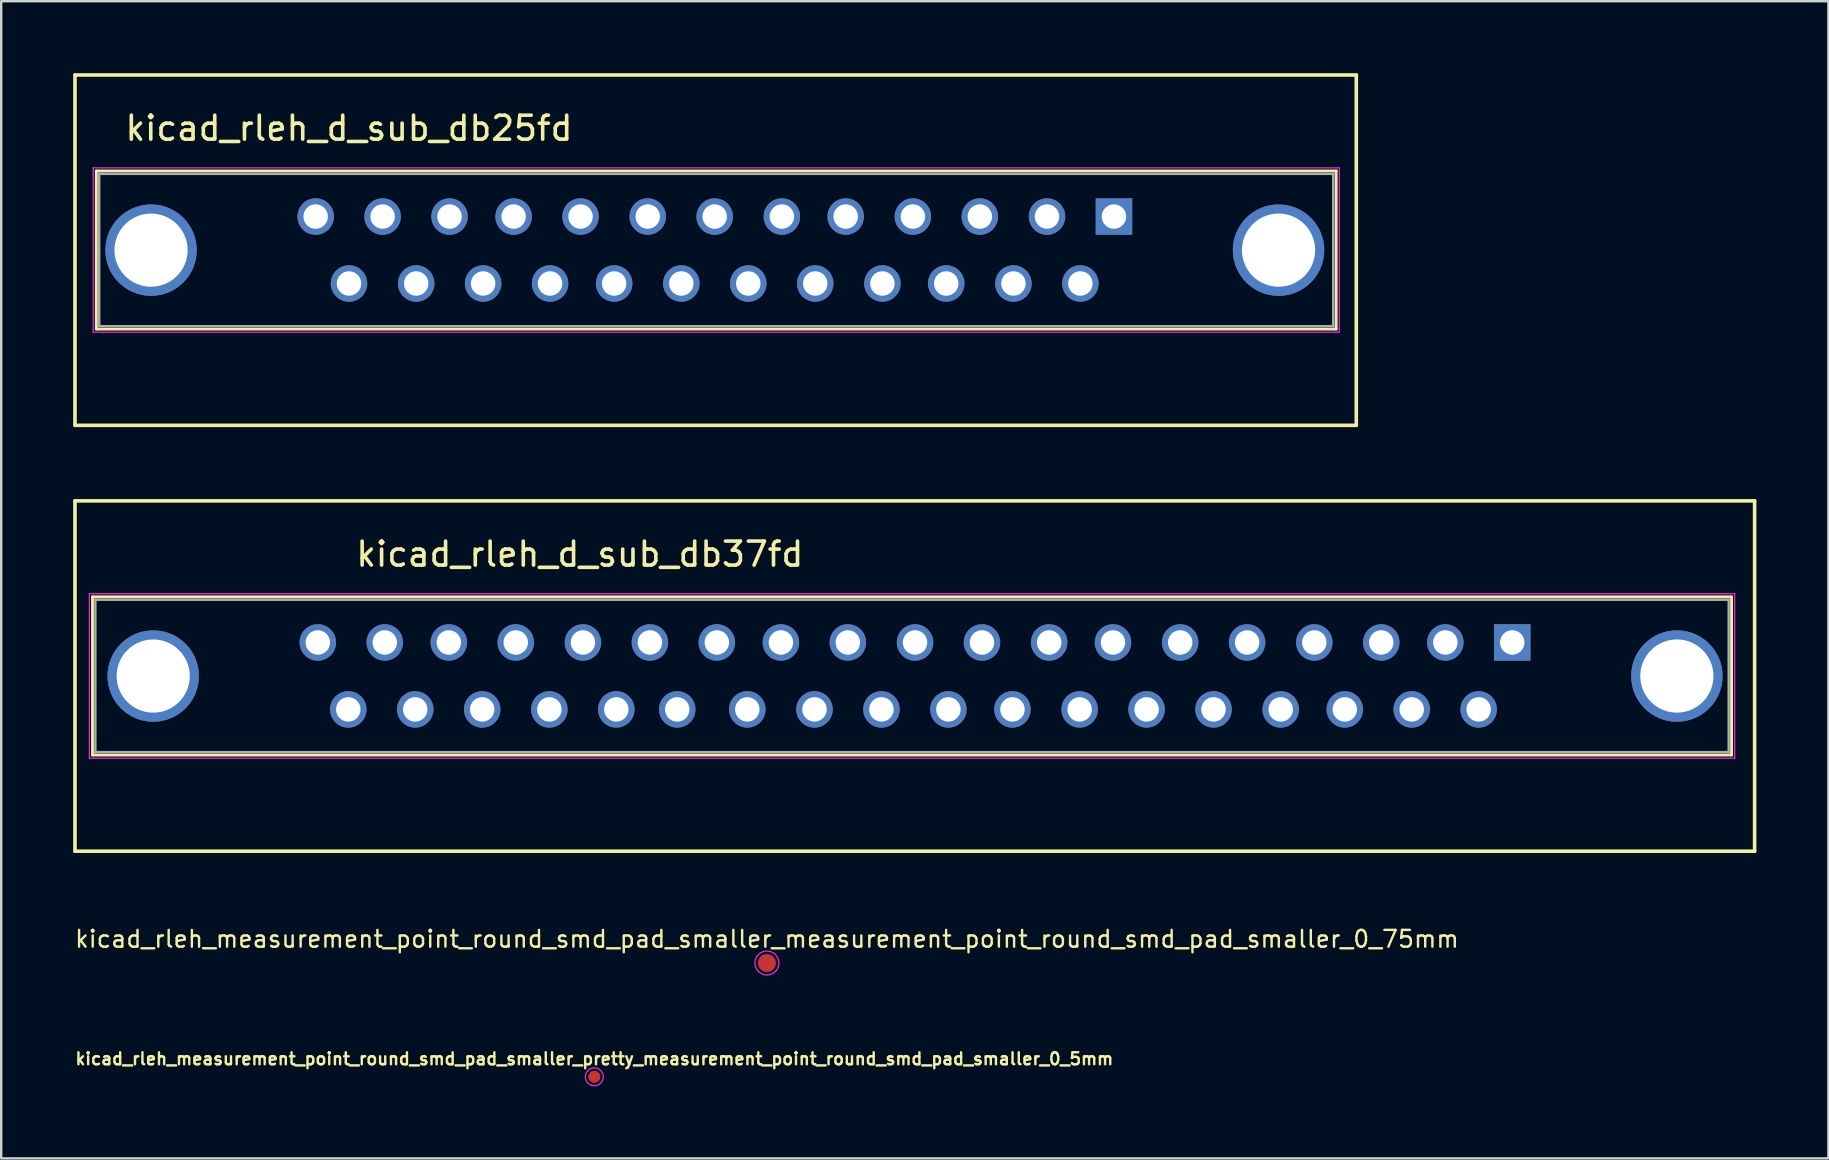
<source format=kicad_pcb>
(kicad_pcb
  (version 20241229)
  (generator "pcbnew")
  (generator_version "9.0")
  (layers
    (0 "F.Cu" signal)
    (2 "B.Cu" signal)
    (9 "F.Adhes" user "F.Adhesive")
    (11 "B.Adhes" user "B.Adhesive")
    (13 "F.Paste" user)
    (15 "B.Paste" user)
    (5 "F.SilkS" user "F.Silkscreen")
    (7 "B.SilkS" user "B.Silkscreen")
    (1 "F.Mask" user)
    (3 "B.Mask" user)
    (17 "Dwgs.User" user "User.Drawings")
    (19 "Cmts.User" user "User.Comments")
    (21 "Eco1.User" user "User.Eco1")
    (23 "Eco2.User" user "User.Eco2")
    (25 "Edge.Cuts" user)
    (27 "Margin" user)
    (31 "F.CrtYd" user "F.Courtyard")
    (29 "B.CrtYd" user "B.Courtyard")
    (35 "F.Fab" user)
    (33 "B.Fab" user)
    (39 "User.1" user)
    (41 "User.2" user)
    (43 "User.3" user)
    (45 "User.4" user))
  (footprint "kicad_rleh_d_sub_db25fd"
    (layer "F.Cu")
    (at 43.375 5.975)
    (property "Reference" "kicad_rleh_d_sub_db25fd" (at -31.88 -3.68 180) (layer "F.SilkS") (effects (font (size 1 1) (thickness 0.15))))
    (attr through_hole)
    (fp_line (start -43.3 -5.9) (end 10.1 -5.9) (stroke (width 0.15) (type solid)) (layer "F.SilkS"))
    (fp_line (start -43.3 8.7) (end -43.3 -5.9) (stroke (width 0.15) (type solid)) (layer "F.SilkS"))
    (fp_line (start -42.41 -1.9) (end -42.41 4.69) (stroke (width 0.12) (type solid)) (layer "F.SilkS"))
    (fp_line (start -42.41 -1.9) (end 9.26 -1.9) (stroke (width 0.12) (type solid)) (layer "F.SilkS"))
    (fp_line (start 9.26 4.69) (end -42.41 4.69) (stroke (width 0.12) (type solid)) (layer "F.SilkS"))
    (fp_line (start 9.26 4.69) (end 9.26 -1.9) (stroke (width 0.12) (type solid)) (layer "F.SilkS"))
    (fp_line (start 10.1 -5.9) (end 10.1 8.7) (stroke (width 0.15) (type solid)) (layer "F.SilkS"))
    (fp_line (start 10.1 8.7) (end -43.3 8.7) (stroke (width 0.15) (type solid)) (layer "F.SilkS"))
    (fp_line (start -42.54 -2.03) (end -42.54 4.82) (stroke (width 0.05) (type solid)) (layer "F.CrtYd"))
    (fp_line (start -42.54 -2.03) (end 9.39 -2.03) (stroke (width 0.05) (type solid)) (layer "F.CrtYd"))
    (fp_line (start 9.39 4.82) (end -42.54 4.82) (stroke (width 0.05) (type solid)) (layer "F.CrtYd"))
    (fp_line (start 9.39 4.82) (end 9.39 -2.03) (stroke (width 0.05) (type solid)) (layer "F.CrtYd"))
    (fp_line (start -42.29 -1.78) (end -42.29 -1.78) (stroke (width 0.1) (type solid)) (layer "F.Fab"))
    (fp_line (start -42.29 -1.78) (end -42.29 4.57) (stroke (width 0.1) (type solid)) (layer "F.Fab"))
    (fp_line (start -42.29 4.57) (end 9.14 4.57) (stroke (width 0.1) (type solid)) (layer "F.Fab"))
    (fp_line (start -42.16 -1.78) (end -42.29 -1.78) (stroke (width 0.1) (type solid)) (layer "F.Fab"))
    (fp_line (start 9.14 -1.78) (end -42.16 -1.78) (stroke (width 0.1) (type solid)) (layer "F.Fab"))
    (fp_line (start 9.14 4.57) (end 9.14 -1.78) (stroke (width 0.1) (type solid)) (layer "F.Fab"))
    (pad "0" thru_hole circle (at -40.13 1.4) (size 3.81 3.81) (drill 3.05) (layers "*.Cu" "*.Mask"))
    (pad "0" thru_hole circle (at 6.86 1.4) (size 3.81 3.81) (drill 3.05) (layers "*.Cu" "*.Mask"))
    (pad "1" thru_hole rect (at 0 0) (size 1.52 1.52) (drill 1.02) (layers "*.Cu" "*.Mask"))
    (pad "2" thru_hole circle (at -2.79 0) (size 1.52 1.52) (drill 1.02) (layers "*.Cu" "*.Mask"))
    (pad "3" thru_hole circle (at -5.59 0) (size 1.52 1.52) (drill 1.02) (layers "*.Cu" "*.Mask"))
    (pad "4" thru_hole circle (at -8.38 0) (size 1.52 1.52) (drill 1.02) (layers "*.Cu" "*.Mask"))
    (pad "5" thru_hole circle (at -11.18 0) (size 1.52 1.52) (drill 1.02) (layers "*.Cu" "*.Mask"))
    (pad "6" thru_hole circle (at -13.84 0) (size 1.52 1.52) (drill 1.02) (layers "*.Cu" "*.Mask"))
    (pad "7" thru_hole circle (at -16.64 0) (size 1.52 1.52) (drill 1.02) (layers "*.Cu" "*.Mask"))
    (pad "8" thru_hole circle (at -19.43 0) (size 1.52 1.52) (drill 1.02) (layers "*.Cu" "*.Mask"))
    (pad "9" thru_hole circle (at -22.23 0) (size 1.52 1.52) (drill 1.02) (layers "*.Cu" "*.Mask"))
    (pad "10" thru_hole circle (at -25.02 0) (size 1.52 1.52) (drill 1.02) (layers "*.Cu" "*.Mask"))
    (pad "11" thru_hole circle (at -27.69 0) (size 1.52 1.52) (drill 1.02) (layers "*.Cu" "*.Mask"))
    (pad "12" thru_hole circle (at -30.48 0) (size 1.52 1.52) (drill 1.02) (layers "*.Cu" "*.Mask"))
    (pad "13" thru_hole circle (at -33.27 0) (size 1.52 1.52) (drill 1.02) (layers "*.Cu" "*.Mask"))
    (pad "14" thru_hole circle (at -1.4 2.79) (size 1.52 1.52) (drill 1.02) (layers "*.Cu" "*.Mask"))
    (pad "15" thru_hole circle (at -4.19 2.79) (size 1.52 1.52) (drill 1.02) (layers "*.Cu" "*.Mask"))
    (pad "16" thru_hole circle (at -6.99 2.79) (size 1.52 1.52) (drill 1.02) (layers "*.Cu" "*.Mask"))
    (pad "17" thru_hole circle (at -9.65 2.79) (size 1.52 1.52) (drill 1.02) (layers "*.Cu" "*.Mask"))
    (pad "18" thru_hole circle (at -12.45 2.79) (size 1.52 1.52) (drill 1.02) (layers "*.Cu" "*.Mask"))
    (pad "19" thru_hole circle (at -15.24 2.79) (size 1.52 1.52) (drill 1.02) (layers "*.Cu" "*.Mask"))
    (pad "20" thru_hole circle (at -18.03 2.79) (size 1.52 1.52) (drill 1.02) (layers "*.Cu" "*.Mask"))
    (pad "21" thru_hole circle (at -20.83 2.79) (size 1.52 1.52) (drill 1.02) (layers "*.Cu" "*.Mask"))
    (pad "22" thru_hole circle (at -23.5 2.79) (size 1.52 1.52) (drill 1.02) (layers "*.Cu" "*.Mask"))
    (pad "23" thru_hole circle (at -26.29 2.79) (size 1.52 1.52) (drill 1.02) (layers "*.Cu" "*.Mask"))
    (pad "24" thru_hole circle (at -29.08 2.79) (size 1.52 1.52) (drill 1.02) (layers "*.Cu" "*.Mask"))
    (pad "25" thru_hole circle (at -31.88 2.79) (size 1.52 1.52) (drill 1.02) (layers "*.Cu" "*.Mask")))
  (footprint "kicad_rleh_measurement_point_round_smd_pad_smaller_pretty_measurement_point_round_smd_pad_smaller_0_5mm"
    (layer "F.Cu")
    (at 21.719 41.828)
    (property "Reference" "kicad_rleh_measurement_point_round_smd_pad_smaller_pretty_measurement_point_round_smd_pad_smaller_0_5mm" (at 0 -0.75 0) (layer "F.SilkS") (effects (font (size 0.5 0.5) (thickness 0.1))))
    (attr exclude_from_pos_files exclude_from_bom)
    (fp_circle (center 0 0) (end 0.375 0) (stroke (width 0.05) (type solid)) (fill no) (layer "F.CrtYd"))
    (pad "1" smd circle (at 0 0) (size 0.5 0.5) (layers "F.Cu" "F.Mask")))
  (footprint "kicad_rleh_measurement_point_round_smd_pad_smaller_measurement_point_round_smd_pad_smaller_0_75mm"
    (layer "F.Cu")
    (at 28.913 37.085)
    (property "Reference" "kicad_rleh_measurement_point_round_smd_pad_smaller_measurement_point_round_smd_pad_smaller_0_75mm" (at 0 -1 0) (layer "F.SilkS") (effects (font (size 0.7 0.7) (thickness 0.1))))
    (attr exclude_from_pos_files exclude_from_bom)
    (fp_circle (center 0 0) (end 0.5 0) (stroke (width 0.05) (type solid)) (fill no) (layer "F.CrtYd"))
    (pad "1" smd circle (at 0 0) (size 0.75 0.75) (layers "F.Cu" "F.Mask")))
  (footprint "kicad_rleh_d_sub_db37fd"
    (layer "F.Cu")
    (at 59.975 23.725)
    (property "Reference" "kicad_rleh_d_sub_db37fd" (at -38.86 -3.68 0) (layer "F.SilkS") (effects (font (size 1 1) (thickness 0.15))))
    (attr through_hole)
    (fp_line (start -59.9 -5.9) (end 10.1 -5.9) (stroke (width 0.15) (type solid)) (layer "F.SilkS"))
    (fp_line (start -59.9 8.7) (end -59.9 -5.9) (stroke (width 0.15) (type solid)) (layer "F.SilkS"))
    (fp_line (start -59.17 -1.9) (end -59.17 4.69) (stroke (width 0.12) (type solid)) (layer "F.SilkS"))
    (fp_line (start -59.17 -1.9) (end 9.14 -1.9) (stroke (width 0.12) (type solid)) (layer "F.SilkS"))
    (fp_line (start 9.14 4.69) (end -59.17 4.69) (stroke (width 0.12) (type solid)) (layer "F.SilkS"))
    (fp_line (start 9.14 4.69) (end 9.14 -1.9) (stroke (width 0.12) (type solid)) (layer "F.SilkS"))
    (fp_line (start 10.1 -5.9) (end 10.1 8.7) (stroke (width 0.15) (type solid)) (layer "F.SilkS"))
    (fp_line (start 10.1 8.7) (end -59.9 8.7) (stroke (width 0.15) (type solid)) (layer "F.SilkS"))
    (fp_line (start -59.3 -2.03) (end -59.3 4.82) (stroke (width 0.05) (type solid)) (layer "F.CrtYd"))
    (fp_line (start -59.3 -2.03) (end 9.27 -2.03) (stroke (width 0.05) (type solid)) (layer "F.CrtYd"))
    (fp_line (start 9.27 4.82) (end -59.3 4.82) (stroke (width 0.05) (type solid)) (layer "F.CrtYd"))
    (fp_line (start 9.27 4.82) (end 9.27 -2.03) (stroke (width 0.05) (type solid)) (layer "F.CrtYd"))
    (fp_line (start -59.05 -1.78) (end -59.05 4.57) (stroke (width 0.1) (type solid)) (layer "F.Fab"))
    (fp_line (start -59.05 4.57) (end 9.02 4.57) (stroke (width 0.1) (type solid)) (layer "F.Fab"))
    (fp_line (start 9.02 -1.78) (end -59.05 -1.78) (stroke (width 0.1) (type solid)) (layer "F.Fab"))
    (fp_line (start 9.02 4.57) (end 9.02 -1.78) (stroke (width 0.1) (type solid)) (layer "F.Fab"))
    (pad "" thru_hole circle (at -56.64 1.4) (size 3.81 3.81) (drill 3.05) (layers "*.Cu" "*.Mask"))
    (pad "" thru_hole circle (at 6.86 1.4) (size 3.81 3.81) (drill 3.05) (layers "*.Cu" "*.Mask"))
    (pad "1" thru_hole rect (at 0 0) (size 1.52 1.52) (drill 1.02) (layers "*.Cu" "*.Mask"))
    (pad "2" thru_hole circle (at -2.79 0) (size 1.52 1.52) (drill 1.02) (layers "*.Cu" "*.Mask"))
    (pad "3" thru_hole circle (at -5.46 0) (size 1.52 1.52) (drill 1.02) (layers "*.Cu" "*.Mask"))
    (pad "4" thru_hole circle (at -8.25 0) (size 1.52 1.52) (drill 1.02) (layers "*.Cu" "*.Mask"))
    (pad "5" thru_hole circle (at -11.05 0) (size 1.52 1.52) (drill 1.02) (layers "*.Cu" "*.Mask"))
    (pad "6" thru_hole circle (at -13.84 0) (size 1.52 1.52) (drill 1.02) (layers "*.Cu" "*.Mask"))
    (pad "7" thru_hole circle (at -16.64 0) (size 1.52 1.52) (drill 1.02) (layers "*.Cu" "*.Mask"))
    (pad "8" thru_hole circle (at -19.3 0) (size 1.52 1.52) (drill 1.02) (layers "*.Cu" "*.Mask"))
    (pad "9" thru_hole circle (at -22.1 0) (size 1.52 1.52) (drill 1.02) (layers "*.Cu" "*.Mask"))
    (pad "10" thru_hole circle (at -24.89 0) (size 1.52 1.52) (drill 1.02) (layers "*.Cu" "*.Mask"))
    (pad "11" thru_hole circle (at -27.69 0) (size 1.52 1.52) (drill 1.02) (layers "*.Cu" "*.Mask"))
    (pad "12" thru_hole circle (at -30.48 0) (size 1.52 1.52) (drill 1.02) (layers "*.Cu" "*.Mask"))
    (pad "13" thru_hole circle (at -33.15 0) (size 1.52 1.52) (drill 1.02) (layers "*.Cu" "*.Mask"))
    (pad "14" thru_hole circle (at -35.94 0) (size 1.52 1.52) (drill 1.02) (layers "*.Cu" "*.Mask"))
    (pad "15" thru_hole circle (at -38.73 0) (size 1.52 1.52) (drill 1.02) (layers "*.Cu" "*.Mask"))
    (pad "16" thru_hole circle (at -41.53 0) (size 1.52 1.52) (drill 1.02) (layers "*.Cu" "*.Mask"))
    (pad "17" thru_hole circle (at -44.32 0) (size 1.52 1.52) (drill 1.02) (layers "*.Cu" "*.Mask"))
    (pad "18" thru_hole circle (at -46.99 0) (size 1.52 1.52) (drill 1.02) (layers "*.Cu" "*.Mask"))
    (pad "19" thru_hole circle (at -49.78 0) (size 1.52 1.52) (drill 1.02) (layers "*.Cu" "*.Mask"))
    (pad "20" thru_hole circle (at -1.4 2.79) (size 1.52 1.52) (drill 1.02) (layers "*.Cu" "*.Mask"))
    (pad "21" thru_hole circle (at -4.19 2.79) (size 1.52 1.52) (drill 1.02) (layers "*.Cu" "*.Mask"))
    (pad "22" thru_hole circle (at -6.98 2.79) (size 1.52 1.52) (drill 1.02) (layers "*.Cu" "*.Mask"))
    (pad "23" thru_hole circle (at -9.65 2.79) (size 1.52 1.52) (drill 1.02) (layers "*.Cu" "*.Mask"))
    (pad "24" thru_hole circle (at -12.45 2.79) (size 1.52 1.52) (drill 1.02) (layers "*.Cu" "*.Mask"))
    (pad "25" thru_hole circle (at -15.24 2.79) (size 1.52 1.52) (drill 1.02) (layers "*.Cu" "*.Mask"))
    (pad "26" thru_hole circle (at -18.03 2.79) (size 1.52 1.52) (drill 1.02) (layers "*.Cu" "*.Mask"))
    (pad "27" thru_hole circle (at -20.83 2.79) (size 1.52 1.52) (drill 1.02) (layers "*.Cu" "*.Mask"))
    (pad "28" thru_hole circle (at -23.5 2.79) (size 1.52 1.52) (drill 1.02) (layers "*.Cu" "*.Mask"))
    (pad "29" thru_hole circle (at -26.29 2.79) (size 1.52 1.52) (drill 1.02) (layers "*.Cu" "*.Mask"))
    (pad "30" thru_hole circle (at -29.08 2.79) (size 1.52 1.52) (drill 1.02) (layers "*.Cu" "*.Mask"))
    (pad "31" thru_hole circle (at -31.88 2.79) (size 1.52 1.52) (drill 1.02) (layers "*.Cu" "*.Mask"))
    (pad "32" thru_hole circle (at -34.8 2.79) (size 1.52 1.52) (drill 1.02) (layers "*.Cu" "*.Mask"))
    (pad "33" thru_hole circle (at -37.34 2.79) (size 1.52 1.52) (drill 1.02) (layers "*.Cu" "*.Mask"))
    (pad "34" thru_hole circle (at -40.13 2.79) (size 1.52 1.52) (drill 1.02) (layers "*.Cu" "*.Mask"))
    (pad "35" thru_hole circle (at -42.93 2.79) (size 1.52 1.52) (drill 1.02) (layers "*.Cu" "*.Mask"))
    (pad "36" thru_hole circle (at -45.72 2.79) (size 1.52 1.52) (drill 1.02) (layers "*.Cu" "*.Mask"))
    (pad "37" thru_hole circle (at -48.51 2.79) (size 1.52 1.52) (drill 1.02) (layers "*.Cu" "*.Mask")))
  (gr_rect
    (start -3 -3)
    (end 73.15 45.228)
    (stroke (width 0.1) (type default))
    (fill no)
    (layer "Edge.Cuts")))
</source>
